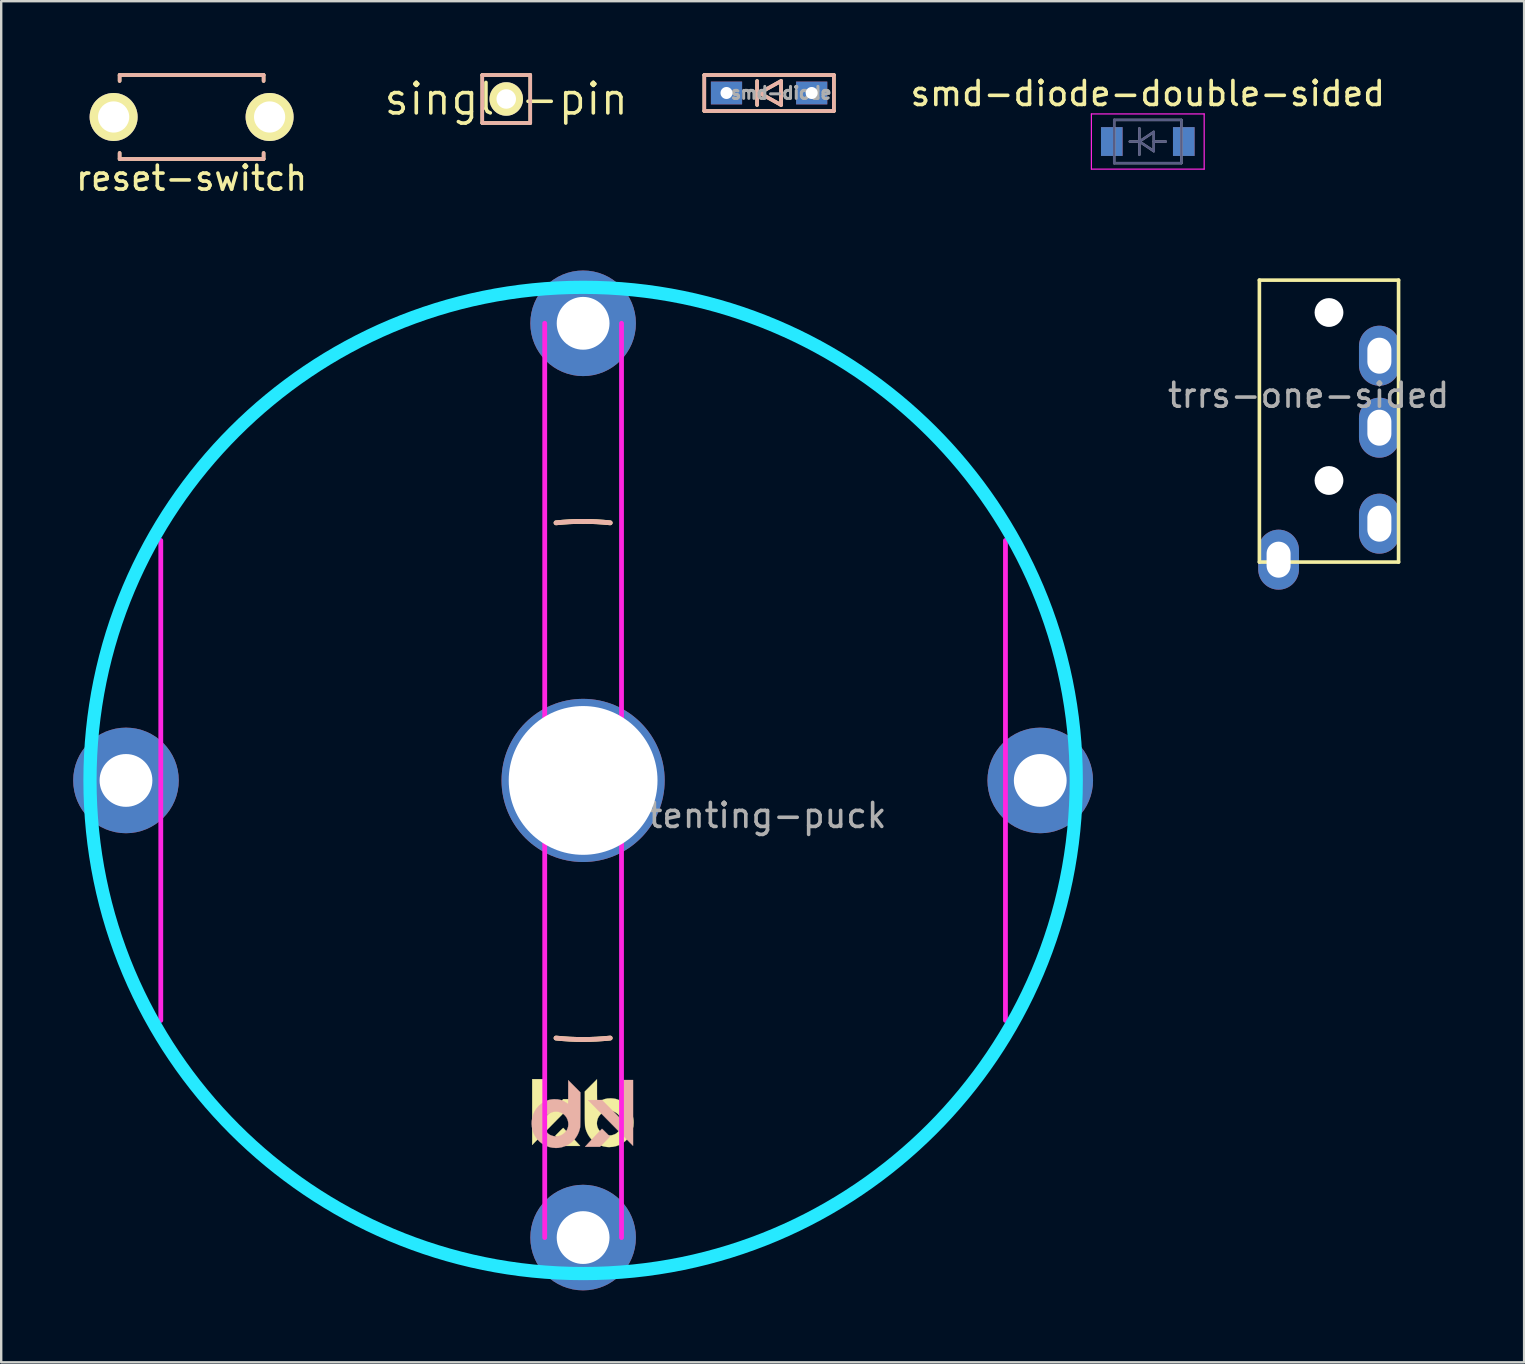
<source format=kicad_pcb>
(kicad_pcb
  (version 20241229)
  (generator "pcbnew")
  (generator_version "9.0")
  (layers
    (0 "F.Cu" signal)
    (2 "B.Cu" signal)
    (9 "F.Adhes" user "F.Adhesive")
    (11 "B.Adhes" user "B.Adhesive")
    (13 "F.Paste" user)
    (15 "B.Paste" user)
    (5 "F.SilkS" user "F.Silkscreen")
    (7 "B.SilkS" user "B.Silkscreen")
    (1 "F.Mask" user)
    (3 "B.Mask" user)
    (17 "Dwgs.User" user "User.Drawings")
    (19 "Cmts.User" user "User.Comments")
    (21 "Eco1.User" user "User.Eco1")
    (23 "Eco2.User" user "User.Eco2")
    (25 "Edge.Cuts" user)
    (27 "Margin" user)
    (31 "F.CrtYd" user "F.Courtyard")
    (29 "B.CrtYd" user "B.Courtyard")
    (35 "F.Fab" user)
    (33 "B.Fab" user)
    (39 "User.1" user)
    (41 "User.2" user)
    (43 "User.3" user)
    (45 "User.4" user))
  (footprint "smd-diode"
    (layer "F.Cu")
    (at 29 0.825)
    (property "Reference" "smd-diode" (at 0.5 0 180) (layer "F.Fab") (effects (font (size 0.5 0.5) (thickness 0.125))))
    (attr through_hole)
    (fp_line (start -2.7 -0.75) (end -2.7 0.75) (stroke (width 0.15) (type solid)) (layer "F.SilkS"))
    (fp_line (start -2.7 0.75) (end 2.7 0.75) (stroke (width 0.15) (type solid)) (layer "F.SilkS"))
    (fp_line (start -0.5 -0.5) (end -0.5 0.5) (stroke (width 0.15) (type solid)) (layer "F.SilkS"))
    (fp_line (start -0.4 0) (end 0.5 -0.5) (stroke (width 0.15) (type solid)) (layer "F.SilkS"))
    (fp_line (start 0.5 -0.5) (end 0.5 0.5) (stroke (width 0.15) (type solid)) (layer "F.SilkS"))
    (fp_line (start 0.5 0.5) (end -0.4 0) (stroke (width 0.15) (type solid)) (layer "F.SilkS"))
    (fp_line (start 2.7 -0.75) (end -2.7 -0.75) (stroke (width 0.15) (type solid)) (layer "F.SilkS"))
    (fp_line (start 2.7 -0.75) (end 2.7 0.75) (stroke (width 0.15) (type solid)) (layer "F.SilkS"))
    (fp_line (start -2.7 -0.75) (end -2.7 0.75) (stroke (width 0.15) (type solid)) (layer "B.SilkS"))
    (fp_line (start -2.7 0.75) (end 2.7 0.75) (stroke (width 0.15) (type solid)) (layer "B.SilkS"))
    (fp_line (start -0.5 -0.5) (end -0.5 0.5) (stroke (width 0.15) (type solid)) (layer "B.SilkS"))
    (fp_line (start -0.4 0) (end 0.5 -0.5) (stroke (width 0.15) (type solid)) (layer "B.SilkS"))
    (fp_line (start 0.5 -0.5) (end 0.5 0.5) (stroke (width 0.15) (type solid)) (layer "B.SilkS"))
    (fp_line (start 0.5 0.5) (end -0.4 0) (stroke (width 0.15) (type solid)) (layer "B.SilkS"))
    (fp_line (start 2.7 -0.75) (end -2.7 -0.75) (stroke (width 0.15) (type solid)) (layer "B.SilkS"))
    (fp_line (start 2.7 0.75) (end 2.7 -0.75) (stroke (width 0.15) (type solid)) (layer "B.SilkS"))
    (pad "1" thru_hole rect (at -1.775 0) (size 1.3 0.95) (drill 0.5) (layers "*.Cu" "*.Mask"))
    (pad "2" thru_hole rect (at 1.775 0) (size 1.3 0.95) (drill 0.5) (layers "*.Cu" "*.Mask")))
  (footprint "trrs-one-sided"
    (layer "F.Cu")
    (at 52.332 8.473)
    (property "Reference" "trrs-one-sided" (at -0.85 4.95 0) (layer "F.Fab") (effects (font (size 1 1) (thickness 0.15))))
    (attr through_hole)
    (fp_line (start -2.9 0.15) (end 2.9 0.15) (stroke (width 0.15) (type solid)) (layer "F.SilkS"))
    (fp_line (start -2.9 11.9) (end -2.9 0.15) (stroke (width 0.15) (type solid)) (layer "F.SilkS"))
    (fp_line (start 2.9 0.15) (end 2.9 11.9) (stroke (width 0.15) (type solid)) (layer "F.SilkS"))
    (fp_line (start 2.9 11.9) (end -2.9 11.9) (stroke (width 0.15) (type solid)) (layer "F.SilkS"))
    (pad "" np_thru_hole circle (at 0 1.5) (size 1.2 1.2) (drill 1.2) (layers "*.Cu" "*.Mask"))
    (pad "" np_thru_hole circle (at 0 8.5) (size 1.2 1.2) (drill 1.2) (layers "*.Cu" "*.Mask"))
    (pad "A" thru_hole oval (at -2.1 11.8) (size 1.7 2.5) (drill oval 1 1.5) (layers "*.Cu" "B.Mask"))
    (pad "B" thru_hole oval (at 2.1 3.3) (size 1.7 2.5) (drill oval 1 1.5) (layers "*.Cu" "B.Mask"))
    (pad "C" thru_hole oval (at 2.1 6.3) (size 1.7 2.5) (drill oval 1 1.5) (layers "*.Cu" "B.Mask"))
    (pad "D" thru_hole oval (at 2.1 10.3) (size 1.7 2.5) (drill oval 1 1.5) (layers "*.Cu" "B.Mask")))
  (footprint "smd-diode-double-sided"
    (layer "F.Cu")
    (at 44.781 2.848)
    (property "Reference" "smd-diode-double-sided" (at 0 -2 0) (layer "F.SilkS") (effects (font (size 1 1) (thickness 0.15))))
    (attr smd)
    (fp_line (start -2.35 -1.15) (end -2.35 1.15) (stroke (width 0.05) (type solid)) (layer "F.CrtYd"))
    (fp_line (start -2.35 -1.15) (end 2.35 -1.15) (stroke (width 0.05) (type solid)) (layer "F.CrtYd"))
    (fp_line (start 2.35 -1.15) (end 2.35 1.15) (stroke (width 0.05) (type solid)) (layer "F.CrtYd"))
    (fp_line (start 2.35 1.15) (end -2.35 1.15) (stroke (width 0.05) (type solid)) (layer "F.CrtYd"))
    (fp_line (start -1.4 -0.9) (end -1.4 0.9) (stroke (width 0.1) (type solid)) (layer "B.Fab"))
    (fp_line (start -1.4 0.9) (end 1.4 0.9) (stroke (width 0.1) (type solid)) (layer "B.Fab"))
    (fp_line (start -0.75 0) (end -0.35 0) (stroke (width 0.1) (type solid)) (layer "B.Fab"))
    (fp_line (start -0.35 0) (end -0.35 -0.55) (stroke (width 0.1) (type solid)) (layer "B.Fab"))
    (fp_line (start -0.35 0) (end -0.35 0.55) (stroke (width 0.1) (type solid)) (layer "B.Fab"))
    (fp_line (start -0.35 0) (end 0.25 0.4) (stroke (width 0.1) (type solid)) (layer "B.Fab"))
    (fp_line (start 0.25 -0.4) (end -0.35 0) (stroke (width 0.1) (type solid)) (layer "B.Fab"))
    (fp_line (start 0.25 0) (end 0.75 0) (stroke (width 0.1) (type solid)) (layer "B.Fab"))
    (fp_line (start 0.25 0.4) (end 0.25 -0.4) (stroke (width 0.1) (type solid)) (layer "B.Fab"))
    (fp_line (start 1.4 -0.9) (end -1.4 -0.9) (stroke (width 0.1) (type solid)) (layer "B.Fab"))
    (fp_line (start 1.4 0.9) (end 1.4 -0.9) (stroke (width 0.1) (type solid)) (layer "B.Fab"))
    (fp_line (start -1.4 -0.9) (end 1.4 -0.9) (stroke (width 0.1) (type solid)) (layer "F.Fab"))
    (fp_line (start -1.4 0.9) (end -1.4 -0.9) (stroke (width 0.1) (type solid)) (layer "F.Fab"))
    (fp_line (start -0.75 0) (end -0.35 0) (stroke (width 0.1) (type solid)) (layer "F.Fab"))
    (fp_line (start -0.35 0) (end -0.35 -0.55) (stroke (width 0.1) (type solid)) (layer "F.Fab"))
    (fp_line (start -0.35 0) (end -0.35 0.55) (stroke (width 0.1) (type solid)) (layer "F.Fab"))
    (fp_line (start -0.35 0) (end 0.25 -0.4) (stroke (width 0.1) (type solid)) (layer "F.Fab"))
    (fp_line (start 0.25 -0.4) (end 0.25 0.4) (stroke (width 0.1) (type solid)) (layer "F.Fab"))
    (fp_line (start 0.25 0) (end 0.75 0) (stroke (width 0.1) (type solid)) (layer "F.Fab"))
    (fp_line (start 0.25 0.4) (end -0.35 0) (stroke (width 0.1) (type solid)) (layer "F.Fab"))
    (fp_line (start 1.4 -0.9) (end 1.4 0.9) (stroke (width 0.1) (type solid)) (layer "F.Fab"))
    (fp_line (start 1.4 0.9) (end -1.4 0.9) (stroke (width 0.1) (type solid)) (layer "F.Fab"))
    (pad "1" smd rect (at -1.5 0) (size 0.9 1.2) (layers "F.Cu" "F.Mask" "F.Paste"))
    (pad "1" smd rect (at -1.5 0) (size 0.9 1.2) (layers "B.Cu" "B.Mask" "B.Paste"))
    (pad "2" smd rect (at 1.5 0) (size 0.9 1.2) (layers "F.Cu" "F.Mask" "F.Paste"))
    (pad "2" smd rect (at 1.5 0) (size 0.9 1.2) (layers "B.Cu" "B.Mask" "B.Paste")))
  (footprint "reset-switch"
    (layer "F.Cu")
    (at 4.935 1.825)
    (property "Reference" "reset-switch" (at 0 2.55 0) (layer "F.SilkS") (effects (font (size 1 1) (thickness 0.15))))
    (attr through_hole)
    (fp_line (start -3 -1.75) (end -3 -1.5) (stroke (width 0.15) (type solid)) (layer "F.SilkS"))
    (fp_line (start -3 -1.75) (end 3 -1.75) (stroke (width 0.15) (type solid)) (layer "F.SilkS"))
    (fp_line (start -3 1.75) (end -3 1.5) (stroke (width 0.15) (type solid)) (layer "F.SilkS"))
    (fp_line (start -3 1.75) (end 3 1.75) (stroke (width 0.15) (type solid)) (layer "F.SilkS"))
    (fp_line (start 3 -1.75) (end 3 -1.5) (stroke (width 0.15) (type solid)) (layer "F.SilkS"))
    (fp_line (start 3 1.75) (end 3 1.5) (stroke (width 0.15) (type solid)) (layer "F.SilkS"))
    (fp_line (start -3 -1.75) (end 3 -1.75) (stroke (width 0.15) (type solid)) (layer "B.SilkS"))
    (fp_line (start -3 -1.5) (end -3 -1.75) (stroke (width 0.15) (type solid)) (layer "B.SilkS"))
    (fp_line (start -3 1.75) (end -3 1.5) (stroke (width 0.15) (type solid)) (layer "B.SilkS"))
    (fp_line (start 3 -1.75) (end 3 -1.5) (stroke (width 0.15) (type solid)) (layer "B.SilkS"))
    (fp_line (start 3 1.5) (end 3 1.75) (stroke (width 0.15) (type solid)) (layer "B.SilkS"))
    (fp_line (start 3 1.75) (end -3 1.75) (stroke (width 0.15) (type solid)) (layer "B.SilkS"))
    (pad "1" thru_hole circle (at 3.25 0) (size 2 2) (drill 1.3) (layers "*.Cu" "*.Mask" "F.SilkS"))
    (pad "2" thru_hole circle (at -3.25 0) (size 2 2) (drill 1.3) (layers "*.Cu" "*.Mask" "F.SilkS")))
  (footprint "tenting-puck"
    (layer "F.Cu")
    (at 21.25 29.473)
    (property "Reference" "tenting-puck" (at 7.684 1.46 0) (layer "F.Fab") (effects (font (size 1 1) (thickness 0.15))))
    (attr through_hole exclude_from_pos_files exclude_from_bom)
    (fp_arc (start -20.32 -2.8575) (mid -19.91151 -4.959786) (end -19.286134 -7.008048) (stroke (width 0.2) (type solid)) (layer "F.SilkS"))
    (fp_arc (start -19.286134 7.008047) (mid -19.91151 4.959786) (end -20.32 2.8575) (stroke (width 0.2) (type solid)) (layer "F.SilkS"))
    (fp_arc (start -7.008048 -19.286134) (mid -4.959786 -19.91151) (end -2.8575 -20.32) (stroke (width 0.2) (type solid)) (layer "F.SilkS"))
    (fp_arc (start -2.8575 20.32) (mid -4.959785 19.91151) (end -7.008046 19.286135) (stroke (width 0.2) (type solid)) (layer "F.SilkS"))
    (fp_arc (start -1.128385 -10.735864) (mid -0.564967 -10.780206) (end 0 -10.795) (stroke (width 0.2) (type solid)) (layer "F.SilkS"))
    (fp_arc (start 0 -10.795) (mid 0.564967 -10.780206) (end 1.128385 -10.735864) (stroke (width 0.2) (type solid)) (layer "F.SilkS"))
    (fp_arc (start 0 10.795) (mid -0.564967 10.780206) (end -1.128385 10.735864) (stroke (width 0.2) (type solid)) (layer "F.SilkS"))
    (fp_arc (start 1.128385 10.735864) (mid 0.564967 10.780206) (end 0 10.795) (stroke (width 0.2) (type solid)) (layer "F.SilkS"))
    (fp_arc (start 2.8575 -20.32) (mid 4.959786 -19.91151) (end 7.008047 -19.286134) (stroke (width 0.2) (type solid)) (layer "F.SilkS"))
    (fp_arc (start 7.008047 19.286134) (mid 4.959786 19.91151) (end 2.8575 20.32) (stroke (width 0.2) (type solid)) (layer "F.SilkS"))
    (fp_arc (start 19.286135 -7.008045) (mid 19.91151 -4.959785) (end 20.32 -2.8575) (stroke (width 0.2) (type solid)) (layer "F.SilkS"))
    (fp_arc (start 20.32 2.8575) (mid 19.91151 4.959785) (end 19.286135 7.008046) (stroke (width 0.2) (type solid)) (layer "F.SilkS"))
    (fp_poly (pts (xy -1.627 14.082) (xy -0.824 13.279) (xy -0.535 13.282) (xy -0.247 13.285) (xy -1.094 14.145) (xy -1.212 14.265) (xy -1.327 14.382) (xy -1.437 14.494) (xy -1.542 14.6) (xy -1.64 14.7) (xy -1.731 14.791) (xy -1.811 14.874) (xy -1.882 14.945) (xy -1.941 15.005) (xy -1.987 15.052) (xy -2.019 15.084) (xy -2.032 15.098) (xy -2.123 15.19) (xy -2.123 12.448) (xy -1.627 12.448) (xy -1.627 14.082)) (stroke (width 0.01) (type solid)) (fill yes) (layer "F.SilkS"))
    (fp_poly (pts (xy -0.82 14.488) (xy -0.797 14.511) (xy -0.763 14.547) (xy -0.719 14.593) (xy -0.666 14.647) (xy -0.609 14.708) (xy -0.547 14.773) (xy -0.483 14.841) (xy -0.42 14.908) (xy -0.359 14.973) (xy -0.302 15.034) (xy -0.251 15.089) (xy -0.208 15.135) (xy -0.175 15.171) (xy -0.154 15.194) (xy -0.152 15.197) (xy -0.124 15.231) (xy -0.744 15.231) (xy -0.917 15.055) (xy -0.971 15) (xy -1.021 14.948) (xy -1.065 14.903) (xy -1.099 14.868) (xy -1.121 14.844) (xy -1.124 14.841) (xy -1.158 14.803) (xy -0.997 14.642) (xy -0.948 14.592) (xy -0.903 14.549) (xy -0.867 14.514) (xy -0.842 14.491) (xy -0.829 14.48) (xy -0.829 14.48) (xy -0.82 14.488)) (stroke (width 0.01) (type solid)) (fill yes) (layer "F.SilkS"))
    (fp_poly (pts (xy 0.578 12.948) (xy 0.578 13.052) (xy 0.579 13.149) (xy 0.58 13.236) (xy 0.581 13.31) (xy 0.582 13.37) (xy 0.583 13.413) (xy 0.585 13.437) (xy 0.586 13.441) (xy 0.598 13.435) (xy 0.623 13.419) (xy 0.647 13.401) (xy 0.762 13.331) (xy 0.884 13.282) (xy 1.014 13.254) (xy 1.153 13.247) (xy 1.171 13.248) (xy 1.261 13.255) (xy 1.337 13.267) (xy 1.409 13.286) (xy 1.484 13.315) (xy 1.554 13.348) (xy 1.682 13.423) (xy 1.795 13.515) (xy 1.892 13.622) (xy 1.972 13.743) (xy 2.033 13.874) (xy 2.076 14.016) (xy 2.099 14.167) (xy 2.102 14.256) (xy 2.092 14.409) (xy 2.061 14.553) (xy 2.008 14.693) (xy 1.95 14.8) (xy 1.865 14.92) (xy 1.763 15.025) (xy 1.648 15.113) (xy 1.521 15.184) (xy 1.385 15.236) (xy 1.241 15.268) (xy 1.093 15.279) (xy 0.993 15.275) (xy 0.848 15.25) (xy 0.707 15.204) (xy 0.574 15.138) (xy 0.452 15.054) (xy 0.343 14.954) (xy 0.335 14.944) (xy 0.254 14.84) (xy 0.184 14.722) (xy 0.129 14.596) (xy 0.092 14.469) (xy 0.083 14.423) (xy 0.08 14.394) (xy 0.078 14.344) (xy 0.076 14.294) (xy 0.573 14.294) (xy 0.583 14.391) (xy 0.614 14.485) (xy 0.642 14.539) (xy 0.709 14.628) (xy 0.789 14.699) (xy 0.878 14.751) (xy 0.975 14.784) (xy 1.076 14.797) (xy 1.18 14.789) (xy 1.253 14.769) (xy 1.296 14.753) (xy 1.337 14.736) (xy 1.353 14.728) (xy 1.398 14.697) (xy 1.448 14.651) (xy 1.496 14.595) (xy 1.537 14.537) (xy 1.559 14.498) (xy 1.579 14.454) (xy 1.591 14.415) (xy 1.599 14.373) (xy 1.603 14.318) (xy 1.603 14.313) (xy 1.6 14.205) (xy 1.577 14.107) (xy 1.534 14.014) (xy 1.516 13.985) (xy 1.451 13.908) (xy 1.372 13.845) (xy 1.283 13.8) (xy 1.186 13.772) (xy 1.085 13.763) (xy 0.984 13.773) (xy 0.885 13.803) (xy 0.871 13.81) (xy 0.783 13.863) (xy 0.709 13.931) (xy 0.65 14.011) (xy 0.607 14.101) (xy 0.581 14.196) (xy 0.573 14.294) (xy 0.076 14.294) (xy 0.076 14.274) (xy 0.074 14.185) (xy 0.072 14.078) (xy 0.071 13.955) (xy 0.071 13.818) (xy 0.071 13.668) (xy 0.071 13.656) (xy 0.07 12.964) (xy 0.578 12.454) (xy 0.578 12.948)) (stroke (width 0.01) (type solid)) (fill yes) (layer "F.SilkS"))
    (fp_arc (start -20.32 -2.8575) (mid -19.91151 -4.959784) (end -19.286136 -7.008044) (stroke (width 0.2) (type solid)) (layer "B.SilkS"))
    (fp_arc (start -19.286135 7.008046) (mid -19.91151 4.959785) (end -20.32 2.8575) (stroke (width 0.2) (type solid)) (layer "B.SilkS"))
    (fp_arc (start -7.008046 -19.286135) (mid -4.959785 -19.91151) (end -2.8575 -20.32) (stroke (width 0.2) (type solid)) (layer "B.SilkS"))
    (fp_arc (start -2.8575 20.32) (mid -4.959785 19.91151) (end -7.008045 19.286135) (stroke (width 0.2) (type solid)) (layer "B.SilkS"))
    (fp_arc (start -1.128385 -10.735864) (mid -0.564967 -10.780206) (end 0 -10.795) (stroke (width 0.2) (type solid)) (layer "B.SilkS"))
    (fp_arc (start 0 -10.795) (mid 0.564967 -10.780206) (end 1.128385 -10.735864) (stroke (width 0.2) (type solid)) (layer "B.SilkS"))
    (fp_arc (start 0 10.795) (mid -0.564967 10.780206) (end -1.128385 10.735864) (stroke (width 0.2) (type solid)) (layer "B.SilkS"))
    (fp_arc (start 1.128385 10.735864) (mid 0.564967 10.780206) (end 0 10.795) (stroke (width 0.2) (type solid)) (layer "B.SilkS"))
    (fp_arc (start 2.8575 -20.32) (mid 4.959787 -19.91151) (end 7.008049 -19.286134) (stroke (width 0.2) (type solid)) (layer "B.SilkS"))
    (fp_arc (start 7.008045 19.286135) (mid 4.959785 19.91151) (end 2.8575 20.32) (stroke (width 0.2) (type solid)) (layer "B.SilkS"))
    (fp_arc (start 19.286134 -7.008048) (mid 19.91151 -4.959786) (end 20.32 -2.8575) (stroke (width 0.2) (type solid)) (layer "B.SilkS"))
    (fp_arc (start 20.32 2.8575) (mid 19.91151 4.959786) (end 19.286134 7.008048) (stroke (width 0.2) (type solid)) (layer "B.SilkS"))
    (fp_poly (pts (xy 1.584 14.118) (xy 0.782 13.315) (xy 0.493 13.318) (xy 0.205 13.322) (xy 1.052 14.182) (xy 1.17 14.301) (xy 1.285 14.418) (xy 1.395 14.53) (xy 1.5 14.637) (xy 1.598 14.736) (xy 1.688 14.828) (xy 1.769 14.91) (xy 1.84 14.981) (xy 1.899 15.041) (xy 1.944 15.088) (xy 1.976 15.12) (xy 1.99 15.134) (xy 2.081 15.226) (xy 2.081 12.484) (xy 1.584 12.484) (xy 1.584 14.118)) (stroke (width 0.01) (type solid)) (fill yes) (layer "B.SilkS"))
    (fp_poly (pts (xy 0.778 14.525) (xy 0.755 14.547) (xy 0.721 14.583) (xy 0.676 14.629) (xy 0.624 14.684) (xy 0.566 14.745) (xy 0.505 14.81) (xy 0.441 14.877) (xy 0.378 14.944) (xy 0.316 15.009) (xy 0.259 15.07) (xy 0.208 15.125) (xy 0.166 15.172) (xy 0.133 15.207) (xy 0.112 15.231) (xy 0.11 15.233) (xy 0.082 15.267) (xy 0.702 15.267) (xy 0.875 15.091) (xy 0.929 15.036) (xy 0.979 14.985) (xy 1.023 14.939) (xy 1.057 14.904) (xy 1.079 14.88) (xy 1.082 14.877) (xy 1.116 14.839) (xy 0.955 14.678) (xy 0.905 14.628) (xy 0.861 14.585) (xy 0.825 14.55) (xy 0.799 14.527) (xy 0.787 14.517) (xy 0.787 14.516) (xy 0.778 14.525)) (stroke (width 0.01) (type solid)) (fill yes) (layer "B.SilkS"))
    (fp_poly (pts (xy -0.621 12.984) (xy -0.621 13.088) (xy -0.621 13.185) (xy -0.622 13.272) (xy -0.623 13.346) (xy -0.624 13.406) (xy -0.625 13.45) (xy -0.627 13.473) (xy -0.628 13.477) (xy -0.64 13.471) (xy -0.665 13.455) (xy -0.689 13.438) (xy -0.804 13.367) (xy -0.926 13.318) (xy -1.057 13.29) (xy -1.196 13.284) (xy -1.214 13.284) (xy -1.303 13.291) (xy -1.38 13.303) (xy -1.451 13.322) (xy -1.526 13.351) (xy -1.596 13.384) (xy -1.724 13.459) (xy -1.837 13.551) (xy -1.934 13.658) (xy -2.014 13.779) (xy -2.076 13.911) (xy -2.118 14.053) (xy -2.141 14.203) (xy -2.145 14.293) (xy -2.134 14.445) (xy -2.103 14.59) (xy -2.05 14.729) (xy -1.993 14.836) (xy -1.907 14.956) (xy -1.805 15.061) (xy -1.69 15.149) (xy -1.563 15.22) (xy -1.427 15.272) (xy -1.283 15.304) (xy -1.135 15.316) (xy -1.035 15.311) (xy -0.89 15.286) (xy -0.75 15.24) (xy -0.616 15.174) (xy -0.494 15.09) (xy -0.386 14.99) (xy -0.377 14.981) (xy -0.296 14.876) (xy -0.226 14.758) (xy -0.171 14.632) (xy -0.134 14.505) (xy -0.125 14.459) (xy -0.122 14.43) (xy -0.12 14.38) (xy -0.118 14.33) (xy -0.615 14.33) (xy -0.625 14.428) (xy -0.656 14.522) (xy -0.684 14.576) (xy -0.751 14.664) (xy -0.831 14.735) (xy -0.92 14.787) (xy -1.017 14.82) (xy -1.119 14.833) (xy -1.222 14.825) (xy -1.295 14.805) (xy -1.338 14.789) (xy -1.379 14.772) (xy -1.395 14.764) (xy -1.441 14.733) (xy -1.49 14.687) (xy -1.538 14.632) (xy -1.579 14.573) (xy -1.601 14.534) (xy -1.621 14.49) (xy -1.634 14.452) (xy -1.641 14.409) (xy -1.645 14.354) (xy -1.646 14.349) (xy -1.642 14.241) (xy -1.619 14.144) (xy -1.576 14.05) (xy -1.558 14.022) (xy -1.493 13.944) (xy -1.415 13.882) (xy -1.325 13.836) (xy -1.228 13.808) (xy -1.127 13.799) (xy -1.026 13.809) (xy -0.927 13.84) (xy -0.913 13.846) (xy -0.825 13.899) (xy -0.751 13.967) (xy -0.692 14.047) (xy -0.649 14.137) (xy -0.623 14.232) (xy -0.615 14.33) (xy -0.118 14.33) (xy -0.118 14.31) (xy -0.116 14.221) (xy -0.115 14.114) (xy -0.114 13.991) (xy -0.113 13.854) (xy -0.113 13.704) (xy -0.113 13.692) (xy -0.113 13) (xy -0.62 12.49) (xy -0.621 12.984)) (stroke (width 0.01) (type solid)) (fill yes) (layer "B.SilkS"))
    (fp_circle (center 0 0) (end 20.55 0) (stroke (width 0.55) (type solid)) (fill no) (layer "B.CrtYd"))
    (fp_line (start -17.6 10) (end -17.6 -10) (stroke (width 0.2) (type solid)) (layer "F.CrtYd"))
    (fp_line (start -1.6 19.05) (end -1.6 -19.05) (stroke (width 0.2) (type solid)) (layer "F.CrtYd"))
    (fp_line (start 1.6 19.05) (end 1.6 -19.05) (stroke (width 0.2) (type solid)) (layer "F.CrtYd"))
    (fp_line (start 17.6 10) (end 17.6 -10) (stroke (width 0.2) (type solid)) (layer "F.CrtYd"))
    (pad "" thru_hole circle (at 0 0) (size 6.8 6.8) (drill 6.2) (layers "*.Cu" "*.Mask"))
    (pad "1" thru_hole circle (at -19.05 0) (size 4.4 4.4) (drill 2.2) (layers "*.Cu" "*.Mask"))
    (pad "1" thru_hole circle (at 0 -19.05) (size 4.4 4.4) (drill 2.2) (layers "*.Cu" "*.Mask"))
    (pad "1" thru_hole circle (at 0 19.05) (size 4.4 4.4) (drill 2.2) (layers "*.Cu" "*.Mask"))
    (pad "1" thru_hole circle (at 19.05 0) (size 4.4 4.4) (drill 2.2) (layers "*.Cu" "*.Mask")))
  (footprint "single-pin"
    (layer "F.Cu")
    (at 18.047 1.075)
    (property "Reference" "single-pin" (at 0 0 0) (layer "F.SilkS") (effects (font (size 1.27 1.27) (thickness 0.15))))
    (attr through_hole)
    (fp_line (start -1 -1) (end -1 1) (stroke (width 0.15) (type solid)) (layer "F.SilkS"))
    (fp_line (start -1 1) (end 1 1) (stroke (width 0.15) (type solid)) (layer "F.SilkS"))
    (fp_line (start 1 -1) (end -1 -1) (stroke (width 0.15) (type solid)) (layer "F.SilkS"))
    (fp_line (start 1 1) (end 1 -1) (stroke (width 0.15) (type solid)) (layer "F.SilkS"))
    (fp_line (start -1 -1) (end 1 -1) (stroke (width 0.15) (type solid)) (layer "B.SilkS"))
    (fp_line (start -1 1) (end -1 -1) (stroke (width 0.15) (type solid)) (layer "B.SilkS"))
    (fp_line (start 1 -1) (end 1 1) (stroke (width 0.15) (type solid)) (layer "B.SilkS"))
    (fp_line (start 1 1) (end -1 1) (stroke (width 0.15) (type solid)) (layer "B.SilkS"))
    (pad "1" thru_hole circle (at 0 0) (size 1.397 1.397) (drill 0.813) (layers "*.Cu" "*.Mask" "F.SilkS")))
  (gr_rect
    (start -3 -3)
    (end 60.464 53.723)
    (stroke (width 0.1) (type default))
    (fill no)
    (layer "Edge.Cuts")))
</source>
